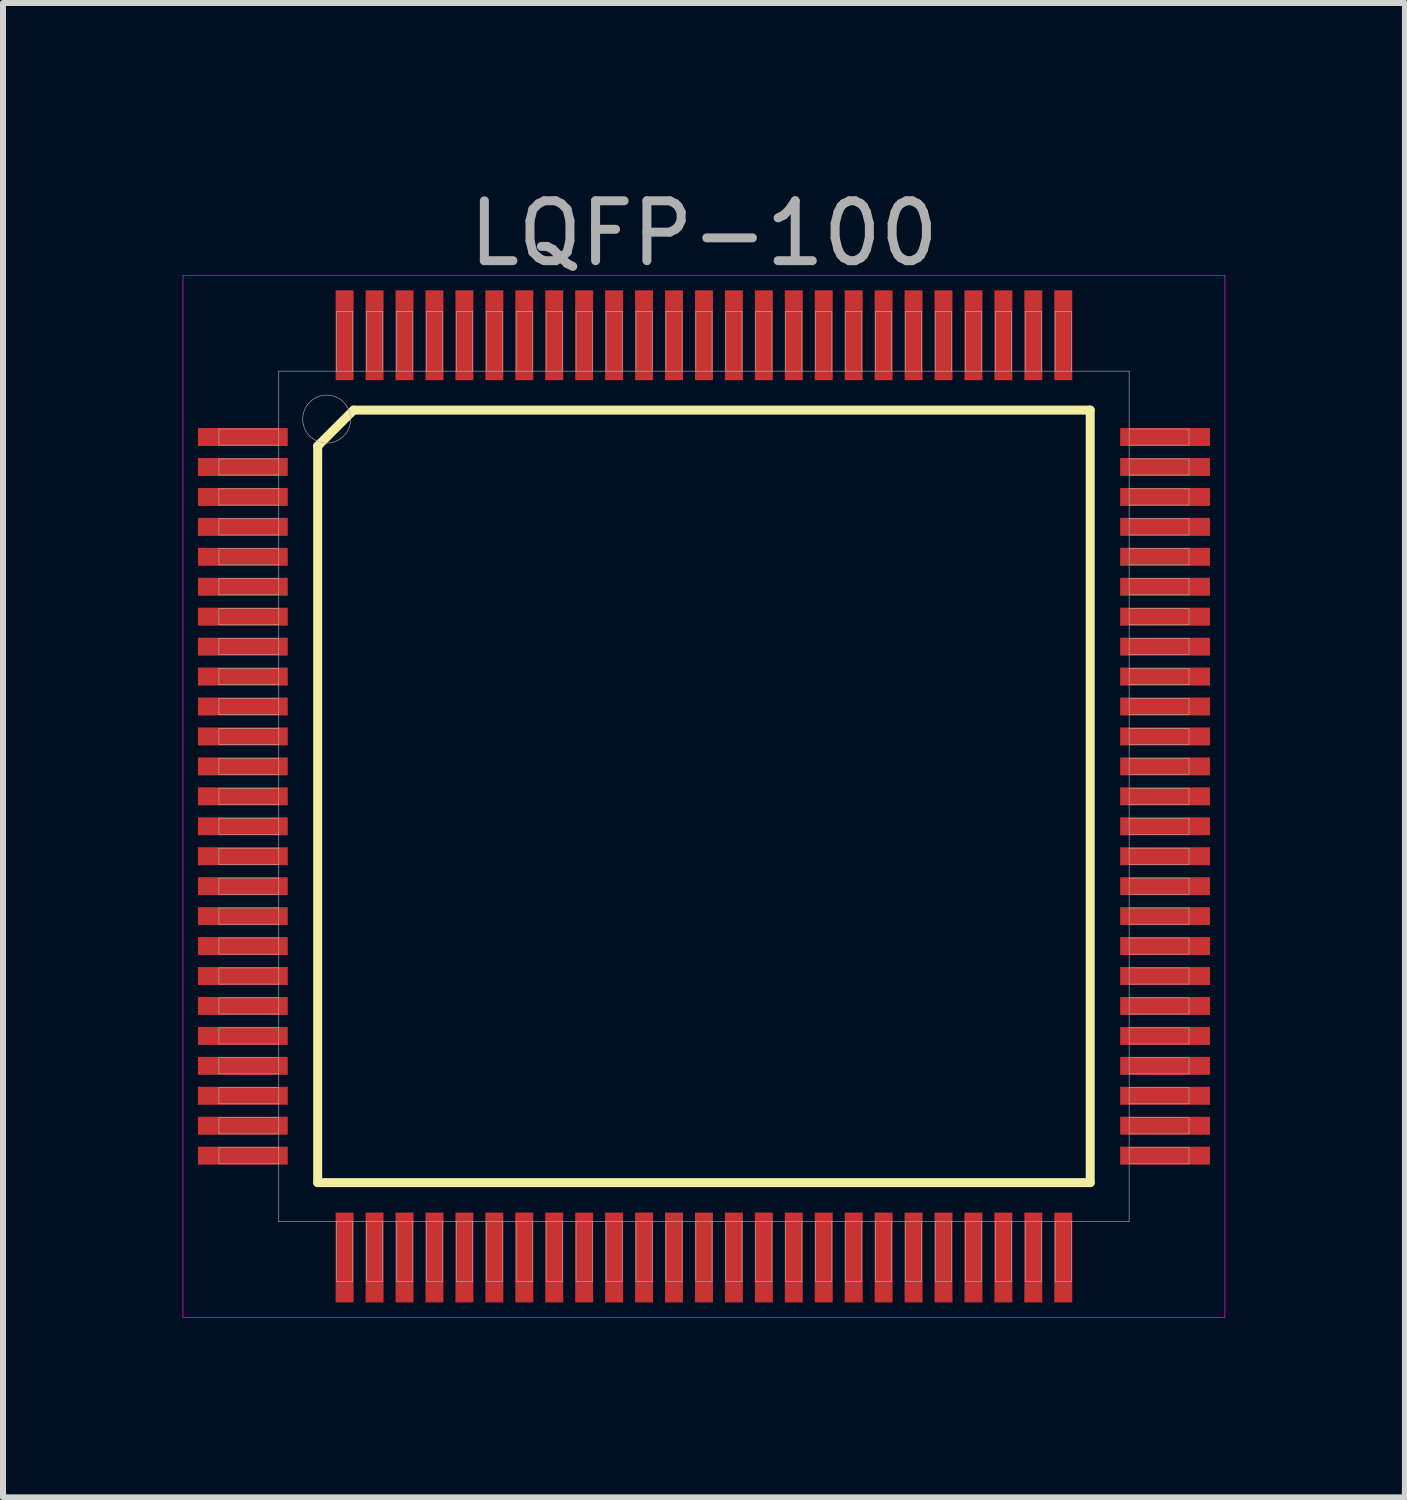
<source format=kicad_pcb>
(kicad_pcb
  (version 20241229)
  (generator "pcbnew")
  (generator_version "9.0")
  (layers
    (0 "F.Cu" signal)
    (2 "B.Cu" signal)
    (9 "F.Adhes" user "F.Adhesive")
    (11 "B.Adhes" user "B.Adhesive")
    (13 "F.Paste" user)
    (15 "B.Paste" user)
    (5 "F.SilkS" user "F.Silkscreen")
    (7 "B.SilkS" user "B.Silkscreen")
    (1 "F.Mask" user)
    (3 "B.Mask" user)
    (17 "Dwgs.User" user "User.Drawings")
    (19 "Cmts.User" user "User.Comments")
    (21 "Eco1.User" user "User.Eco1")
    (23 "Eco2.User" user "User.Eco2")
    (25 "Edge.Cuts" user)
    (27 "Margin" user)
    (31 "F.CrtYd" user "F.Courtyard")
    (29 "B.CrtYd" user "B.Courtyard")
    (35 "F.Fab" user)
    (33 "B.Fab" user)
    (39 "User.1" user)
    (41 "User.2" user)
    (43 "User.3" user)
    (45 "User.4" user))
  (footprint "LQFP-100"
    (layer "F.Cu")
    (at 8.705 10.248)
    (property "Reference" "LQFP-100" (at 0 -9.4 0) (layer "F.Fab") (effects (font (size 1 1) (thickness 0.15))))
    (attr through_hole)
    (fp_line (start -6.45 -5.85) (end -5.85 -6.45) (stroke (width 0.15) (type solid)) (layer "F.SilkS"))
    (fp_line (start -6.45 6.45) (end -6.45 -5.85) (stroke (width 0.15) (type solid)) (layer "F.SilkS"))
    (fp_line (start -5.85 -6.45) (end 6.45 -6.45) (stroke (width 0.15) (type solid)) (layer "F.SilkS"))
    (fp_line (start 6.45 -6.45) (end 6.45 6.45) (stroke (width 0.15) (type solid)) (layer "F.SilkS"))
    (fp_line (start 6.45 6.45) (end -6.45 6.45) (stroke (width 0.15) (type solid)) (layer "F.SilkS"))
    (fp_line (start -8.7 -8.7) (end 8.7 -8.7) (stroke (width 0.01) (type solid)) (layer "F.CrtYd"))
    (fp_line (start -8.7 8.7) (end -8.7 -8.7) (stroke (width 0.01) (type solid)) (layer "F.CrtYd"))
    (fp_line (start 8.7 -8.7) (end 8.7 8.7) (stroke (width 0.01) (type solid)) (layer "F.CrtYd"))
    (fp_line (start 8.7 8.7) (end -8.7 8.7) (stroke (width 0.01) (type solid)) (layer "F.CrtYd"))
    (fp_line (start -8.1 -6.135) (end -7.1 -6.135) (stroke (width 0.01) (type solid)) (layer "F.Fab"))
    (fp_line (start -8.1 -5.865) (end -8.1 -6.135) (stroke (width 0.01) (type solid)) (layer "F.Fab"))
    (fp_line (start -8.1 -5.635) (end -7.1 -5.635) (stroke (width 0.01) (type solid)) (layer "F.Fab"))
    (fp_line (start -8.1 -5.365) (end -8.1 -5.635) (stroke (width 0.01) (type solid)) (layer "F.Fab"))
    (fp_line (start -8.1 -5.135) (end -7.1 -5.135) (stroke (width 0.01) (type solid)) (layer "F.Fab"))
    (fp_line (start -8.1 -4.865) (end -8.1 -5.135) (stroke (width 0.01) (type solid)) (layer "F.Fab"))
    (fp_line (start -8.1 -4.635) (end -7.1 -4.635) (stroke (width 0.01) (type solid)) (layer "F.Fab"))
    (fp_line (start -8.1 -4.365) (end -8.1 -4.635) (stroke (width 0.01) (type solid)) (layer "F.Fab"))
    (fp_line (start -8.1 -4.135) (end -7.1 -4.135) (stroke (width 0.01) (type solid)) (layer "F.Fab"))
    (fp_line (start -8.1 -3.865) (end -8.1 -4.135) (stroke (width 0.01) (type solid)) (layer "F.Fab"))
    (fp_line (start -8.1 -3.635) (end -7.1 -3.635) (stroke (width 0.01) (type solid)) (layer "F.Fab"))
    (fp_line (start -8.1 -3.365) (end -8.1 -3.635) (stroke (width 0.01) (type solid)) (layer "F.Fab"))
    (fp_line (start -8.1 -3.135) (end -7.1 -3.135) (stroke (width 0.01) (type solid)) (layer "F.Fab"))
    (fp_line (start -8.1 -2.865) (end -8.1 -3.135) (stroke (width 0.01) (type solid)) (layer "F.Fab"))
    (fp_line (start -8.1 -2.635) (end -7.1 -2.635) (stroke (width 0.01) (type solid)) (layer "F.Fab"))
    (fp_line (start -8.1 -2.365) (end -8.1 -2.635) (stroke (width 0.01) (type solid)) (layer "F.Fab"))
    (fp_line (start -8.1 -2.135) (end -7.1 -2.135) (stroke (width 0.01) (type solid)) (layer "F.Fab"))
    (fp_line (start -8.1 -1.865) (end -8.1 -2.135) (stroke (width 0.01) (type solid)) (layer "F.Fab"))
    (fp_line (start -8.1 -1.635) (end -7.1 -1.635) (stroke (width 0.01) (type solid)) (layer "F.Fab"))
    (fp_line (start -8.1 -1.365) (end -8.1 -1.635) (stroke (width 0.01) (type solid)) (layer "F.Fab"))
    (fp_line (start -8.1 -1.135) (end -7.1 -1.135) (stroke (width 0.01) (type solid)) (layer "F.Fab"))
    (fp_line (start -8.1 -0.865) (end -8.1 -1.135) (stroke (width 0.01) (type solid)) (layer "F.Fab"))
    (fp_line (start -8.1 -0.635) (end -7.1 -0.635) (stroke (width 0.01) (type solid)) (layer "F.Fab"))
    (fp_line (start -8.1 -0.365) (end -8.1 -0.635) (stroke (width 0.01) (type solid)) (layer "F.Fab"))
    (fp_line (start -8.1 -0.135) (end -7.1 -0.135) (stroke (width 0.01) (type solid)) (layer "F.Fab"))
    (fp_line (start -8.1 0.135) (end -8.1 -0.135) (stroke (width 0.01) (type solid)) (layer "F.Fab"))
    (fp_line (start -8.1 0.365) (end -7.1 0.365) (stroke (width 0.01) (type solid)) (layer "F.Fab"))
    (fp_line (start -8.1 0.635) (end -8.1 0.365) (stroke (width 0.01) (type solid)) (layer "F.Fab"))
    (fp_line (start -8.1 0.865) (end -7.1 0.865) (stroke (width 0.01) (type solid)) (layer "F.Fab"))
    (fp_line (start -8.1 1.135) (end -8.1 0.865) (stroke (width 0.01) (type solid)) (layer "F.Fab"))
    (fp_line (start -8.1 1.365) (end -7.1 1.365) (stroke (width 0.01) (type solid)) (layer "F.Fab"))
    (fp_line (start -8.1 1.635) (end -8.1 1.365) (stroke (width 0.01) (type solid)) (layer "F.Fab"))
    (fp_line (start -8.1 1.865) (end -7.1 1.865) (stroke (width 0.01) (type solid)) (layer "F.Fab"))
    (fp_line (start -8.1 2.135) (end -8.1 1.865) (stroke (width 0.01) (type solid)) (layer "F.Fab"))
    (fp_line (start -8.1 2.365) (end -7.1 2.365) (stroke (width 0.01) (type solid)) (layer "F.Fab"))
    (fp_line (start -8.1 2.635) (end -8.1 2.365) (stroke (width 0.01) (type solid)) (layer "F.Fab"))
    (fp_line (start -8.1 2.865) (end -7.1 2.865) (stroke (width 0.01) (type solid)) (layer "F.Fab"))
    (fp_line (start -8.1 3.135) (end -8.1 2.865) (stroke (width 0.01) (type solid)) (layer "F.Fab"))
    (fp_line (start -8.1 3.365) (end -7.1 3.365) (stroke (width 0.01) (type solid)) (layer "F.Fab"))
    (fp_line (start -8.1 3.635) (end -8.1 3.365) (stroke (width 0.01) (type solid)) (layer "F.Fab"))
    (fp_line (start -8.1 3.865) (end -7.1 3.865) (stroke (width 0.01) (type solid)) (layer "F.Fab"))
    (fp_line (start -8.1 4.135) (end -8.1 3.865) (stroke (width 0.01) (type solid)) (layer "F.Fab"))
    (fp_line (start -8.1 4.365) (end -7.1 4.365) (stroke (width 0.01) (type solid)) (layer "F.Fab"))
    (fp_line (start -8.1 4.635) (end -8.1 4.365) (stroke (width 0.01) (type solid)) (layer "F.Fab"))
    (fp_line (start -8.1 4.865) (end -7.1 4.865) (stroke (width 0.01) (type solid)) (layer "F.Fab"))
    (fp_line (start -8.1 5.135) (end -8.1 4.865) (stroke (width 0.01) (type solid)) (layer "F.Fab"))
    (fp_line (start -8.1 5.365) (end -7.1 5.365) (stroke (width 0.01) (type solid)) (layer "F.Fab"))
    (fp_line (start -8.1 5.635) (end -8.1 5.365) (stroke (width 0.01) (type solid)) (layer "F.Fab"))
    (fp_line (start -8.1 5.865) (end -7.1 5.865) (stroke (width 0.01) (type solid)) (layer "F.Fab"))
    (fp_line (start -8.1 6.135) (end -8.1 5.865) (stroke (width 0.01) (type solid)) (layer "F.Fab"))
    (fp_line (start -7.1 -7.1) (end 7.1 -7.1) (stroke (width 0.01) (type solid)) (layer "F.Fab"))
    (fp_line (start -7.1 -5.865) (end -8.1 -5.865) (stroke (width 0.01) (type solid)) (layer "F.Fab"))
    (fp_line (start -7.1 -5.365) (end -8.1 -5.365) (stroke (width 0.01) (type solid)) (layer "F.Fab"))
    (fp_line (start -7.1 -4.865) (end -8.1 -4.865) (stroke (width 0.01) (type solid)) (layer "F.Fab"))
    (fp_line (start -7.1 -4.365) (end -8.1 -4.365) (stroke (width 0.01) (type solid)) (layer "F.Fab"))
    (fp_line (start -7.1 -3.865) (end -8.1 -3.865) (stroke (width 0.01) (type solid)) (layer "F.Fab"))
    (fp_line (start -7.1 -3.365) (end -8.1 -3.365) (stroke (width 0.01) (type solid)) (layer "F.Fab"))
    (fp_line (start -7.1 -2.865) (end -8.1 -2.865) (stroke (width 0.01) (type solid)) (layer "F.Fab"))
    (fp_line (start -7.1 -2.365) (end -8.1 -2.365) (stroke (width 0.01) (type solid)) (layer "F.Fab"))
    (fp_line (start -7.1 -1.865) (end -8.1 -1.865) (stroke (width 0.01) (type solid)) (layer "F.Fab"))
    (fp_line (start -7.1 -1.365) (end -8.1 -1.365) (stroke (width 0.01) (type solid)) (layer "F.Fab"))
    (fp_line (start -7.1 -0.865) (end -8.1 -0.865) (stroke (width 0.01) (type solid)) (layer "F.Fab"))
    (fp_line (start -7.1 -0.365) (end -8.1 -0.365) (stroke (width 0.01) (type solid)) (layer "F.Fab"))
    (fp_line (start -7.1 0.135) (end -8.1 0.135) (stroke (width 0.01) (type solid)) (layer "F.Fab"))
    (fp_line (start -7.1 0.635) (end -8.1 0.635) (stroke (width 0.01) (type solid)) (layer "F.Fab"))
    (fp_line (start -7.1 1.135) (end -8.1 1.135) (stroke (width 0.01) (type solid)) (layer "F.Fab"))
    (fp_line (start -7.1 1.635) (end -8.1 1.635) (stroke (width 0.01) (type solid)) (layer "F.Fab"))
    (fp_line (start -7.1 2.135) (end -8.1 2.135) (stroke (width 0.01) (type solid)) (layer "F.Fab"))
    (fp_line (start -7.1 2.635) (end -8.1 2.635) (stroke (width 0.01) (type solid)) (layer "F.Fab"))
    (fp_line (start -7.1 3.135) (end -8.1 3.135) (stroke (width 0.01) (type solid)) (layer "F.Fab"))
    (fp_line (start -7.1 3.635) (end -8.1 3.635) (stroke (width 0.01) (type solid)) (layer "F.Fab"))
    (fp_line (start -7.1 4.135) (end -8.1 4.135) (stroke (width 0.01) (type solid)) (layer "F.Fab"))
    (fp_line (start -7.1 4.635) (end -8.1 4.635) (stroke (width 0.01) (type solid)) (layer "F.Fab"))
    (fp_line (start -7.1 5.135) (end -8.1 5.135) (stroke (width 0.01) (type solid)) (layer "F.Fab"))
    (fp_line (start -7.1 5.635) (end -8.1 5.635) (stroke (width 0.01) (type solid)) (layer "F.Fab"))
    (fp_line (start -7.1 6.135) (end -8.1 6.135) (stroke (width 0.01) (type solid)) (layer "F.Fab"))
    (fp_line (start -7.1 7.1) (end -7.1 -7.1) (stroke (width 0.01) (type solid)) (layer "F.Fab"))
    (fp_line (start -6.135 -8.1) (end -5.865 -8.1) (stroke (width 0.01) (type solid)) (layer "F.Fab"))
    (fp_line (start -6.135 -7.1) (end -6.135 -8.1) (stroke (width 0.01) (type solid)) (layer "F.Fab"))
    (fp_line (start -6.135 8.1) (end -6.135 7.1) (stroke (width 0.01) (type solid)) (layer "F.Fab"))
    (fp_line (start -5.865 -8.1) (end -5.865 -7.1) (stroke (width 0.01) (type solid)) (layer "F.Fab"))
    (fp_line (start -5.865 7.1) (end -5.865 8.1) (stroke (width 0.01) (type solid)) (layer "F.Fab"))
    (fp_line (start -5.865 8.1) (end -6.135 8.1) (stroke (width 0.01) (type solid)) (layer "F.Fab"))
    (fp_line (start -5.635 -8.1) (end -5.365 -8.1) (stroke (width 0.01) (type solid)) (layer "F.Fab"))
    (fp_line (start -5.635 -7.1) (end -5.635 -8.1) (stroke (width 0.01) (type solid)) (layer "F.Fab"))
    (fp_line (start -5.635 8.1) (end -5.635 7.1) (stroke (width 0.01) (type solid)) (layer "F.Fab"))
    (fp_line (start -5.365 -8.1) (end -5.365 -7.1) (stroke (width 0.01) (type solid)) (layer "F.Fab"))
    (fp_line (start -5.365 7.1) (end -5.365 8.1) (stroke (width 0.01) (type solid)) (layer "F.Fab"))
    (fp_line (start -5.365 8.1) (end -5.635 8.1) (stroke (width 0.01) (type solid)) (layer "F.Fab"))
    (fp_line (start -5.135 -8.1) (end -4.865 -8.1) (stroke (width 0.01) (type solid)) (layer "F.Fab"))
    (fp_line (start -5.135 -7.1) (end -5.135 -8.1) (stroke (width 0.01) (type solid)) (layer "F.Fab"))
    (fp_line (start -5.135 8.1) (end -5.135 7.1) (stroke (width 0.01) (type solid)) (layer "F.Fab"))
    (fp_line (start -4.865 -8.1) (end -4.865 -7.1) (stroke (width 0.01) (type solid)) (layer "F.Fab"))
    (fp_line (start -4.865 7.1) (end -4.865 8.1) (stroke (width 0.01) (type solid)) (layer "F.Fab"))
    (fp_line (start -4.865 8.1) (end -5.135 8.1) (stroke (width 0.01) (type solid)) (layer "F.Fab"))
    (fp_line (start -4.635 -8.1) (end -4.365 -8.1) (stroke (width 0.01) (type solid)) (layer "F.Fab"))
    (fp_line (start -4.635 -7.1) (end -4.635 -8.1) (stroke (width 0.01) (type solid)) (layer "F.Fab"))
    (fp_line (start -4.635 8.1) (end -4.635 7.1) (stroke (width 0.01) (type solid)) (layer "F.Fab"))
    (fp_line (start -4.365 -8.1) (end -4.365 -7.1) (stroke (width 0.01) (type solid)) (layer "F.Fab"))
    (fp_line (start -4.365 7.1) (end -4.365 8.1) (stroke (width 0.01) (type solid)) (layer "F.Fab"))
    (fp_line (start -4.365 8.1) (end -4.635 8.1) (stroke (width 0.01) (type solid)) (layer "F.Fab"))
    (fp_line (start -4.135 -8.1) (end -3.865 -8.1) (stroke (width 0.01) (type solid)) (layer "F.Fab"))
    (fp_line (start -4.135 -7.1) (end -4.135 -8.1) (stroke (width 0.01) (type solid)) (layer "F.Fab"))
    (fp_line (start -4.135 8.1) (end -4.135 7.1) (stroke (width 0.01) (type solid)) (layer "F.Fab"))
    (fp_line (start -3.865 -8.1) (end -3.865 -7.1) (stroke (width 0.01) (type solid)) (layer "F.Fab"))
    (fp_line (start -3.865 7.1) (end -3.865 8.1) (stroke (width 0.01) (type solid)) (layer "F.Fab"))
    (fp_line (start -3.865 8.1) (end -4.135 8.1) (stroke (width 0.01) (type solid)) (layer "F.Fab"))
    (fp_line (start -3.635 -8.1) (end -3.365 -8.1) (stroke (width 0.01) (type solid)) (layer "F.Fab"))
    (fp_line (start -3.635 -7.1) (end -3.635 -8.1) (stroke (width 0.01) (type solid)) (layer "F.Fab"))
    (fp_line (start -3.635 8.1) (end -3.635 7.1) (stroke (width 0.01) (type solid)) (layer "F.Fab"))
    (fp_line (start -3.365 -8.1) (end -3.365 -7.1) (stroke (width 0.01) (type solid)) (layer "F.Fab"))
    (fp_line (start -3.365 7.1) (end -3.365 8.1) (stroke (width 0.01) (type solid)) (layer "F.Fab"))
    (fp_line (start -3.365 8.1) (end -3.635 8.1) (stroke (width 0.01) (type solid)) (layer "F.Fab"))
    (fp_line (start -3.135 -8.1) (end -2.865 -8.1) (stroke (width 0.01) (type solid)) (layer "F.Fab"))
    (fp_line (start -3.135 -7.1) (end -3.135 -8.1) (stroke (width 0.01) (type solid)) (layer "F.Fab"))
    (fp_line (start -3.135 8.1) (end -3.135 7.1) (stroke (width 0.01) (type solid)) (layer "F.Fab"))
    (fp_line (start -2.865 -8.1) (end -2.865 -7.1) (stroke (width 0.01) (type solid)) (layer "F.Fab"))
    (fp_line (start -2.865 7.1) (end -2.865 8.1) (stroke (width 0.01) (type solid)) (layer "F.Fab"))
    (fp_line (start -2.865 8.1) (end -3.135 8.1) (stroke (width 0.01) (type solid)) (layer "F.Fab"))
    (fp_line (start -2.635 -8.1) (end -2.365 -8.1) (stroke (width 0.01) (type solid)) (layer "F.Fab"))
    (fp_line (start -2.635 -7.1) (end -2.635 -8.1) (stroke (width 0.01) (type solid)) (layer "F.Fab"))
    (fp_line (start -2.635 8.1) (end -2.635 7.1) (stroke (width 0.01) (type solid)) (layer "F.Fab"))
    (fp_line (start -2.365 -8.1) (end -2.365 -7.1) (stroke (width 0.01) (type solid)) (layer "F.Fab"))
    (fp_line (start -2.365 7.1) (end -2.365 8.1) (stroke (width 0.01) (type solid)) (layer "F.Fab"))
    (fp_line (start -2.365 8.1) (end -2.635 8.1) (stroke (width 0.01) (type solid)) (layer "F.Fab"))
    (fp_line (start -2.135 -8.1) (end -1.865 -8.1) (stroke (width 0.01) (type solid)) (layer "F.Fab"))
    (fp_line (start -2.135 -7.1) (end -2.135 -8.1) (stroke (width 0.01) (type solid)) (layer "F.Fab"))
    (fp_line (start -2.135 8.1) (end -2.135 7.1) (stroke (width 0.01) (type solid)) (layer "F.Fab"))
    (fp_line (start -1.865 -8.1) (end -1.865 -7.1) (stroke (width 0.01) (type solid)) (layer "F.Fab"))
    (fp_line (start -1.865 7.1) (end -1.865 8.1) (stroke (width 0.01) (type solid)) (layer "F.Fab"))
    (fp_line (start -1.865 8.1) (end -2.135 8.1) (stroke (width 0.01) (type solid)) (layer "F.Fab"))
    (fp_line (start -1.635 -8.1) (end -1.365 -8.1) (stroke (width 0.01) (type solid)) (layer "F.Fab"))
    (fp_line (start -1.635 -7.1) (end -1.635 -8.1) (stroke (width 0.01) (type solid)) (layer "F.Fab"))
    (fp_line (start -1.635 8.1) (end -1.635 7.1) (stroke (width 0.01) (type solid)) (layer "F.Fab"))
    (fp_line (start -1.365 -8.1) (end -1.365 -7.1) (stroke (width 0.01) (type solid)) (layer "F.Fab"))
    (fp_line (start -1.365 7.1) (end -1.365 8.1) (stroke (width 0.01) (type solid)) (layer "F.Fab"))
    (fp_line (start -1.365 8.1) (end -1.635 8.1) (stroke (width 0.01) (type solid)) (layer "F.Fab"))
    (fp_line (start -1.135 -8.1) (end -0.865 -8.1) (stroke (width 0.01) (type solid)) (layer "F.Fab"))
    (fp_line (start -1.135 -7.1) (end -1.135 -8.1) (stroke (width 0.01) (type solid)) (layer "F.Fab"))
    (fp_line (start -1.135 8.1) (end -1.135 7.1) (stroke (width 0.01) (type solid)) (layer "F.Fab"))
    (fp_line (start -0.865 -8.1) (end -0.865 -7.1) (stroke (width 0.01) (type solid)) (layer "F.Fab"))
    (fp_line (start -0.865 7.1) (end -0.865 8.1) (stroke (width 0.01) (type solid)) (layer "F.Fab"))
    (fp_line (start -0.865 8.1) (end -1.135 8.1) (stroke (width 0.01) (type solid)) (layer "F.Fab"))
    (fp_line (start -0.635 -8.1) (end -0.365 -8.1) (stroke (width 0.01) (type solid)) (layer "F.Fab"))
    (fp_line (start -0.635 -7.1) (end -0.635 -8.1) (stroke (width 0.01) (type solid)) (layer "F.Fab"))
    (fp_line (start -0.635 8.1) (end -0.635 7.1) (stroke (width 0.01) (type solid)) (layer "F.Fab"))
    (fp_line (start -0.365 -8.1) (end -0.365 -7.1) (stroke (width 0.01) (type solid)) (layer "F.Fab"))
    (fp_line (start -0.365 7.1) (end -0.365 8.1) (stroke (width 0.01) (type solid)) (layer "F.Fab"))
    (fp_line (start -0.365 8.1) (end -0.635 8.1) (stroke (width 0.01) (type solid)) (layer "F.Fab"))
    (fp_line (start -0.135 -8.1) (end 0.135 -8.1) (stroke (width 0.01) (type solid)) (layer "F.Fab"))
    (fp_line (start -0.135 -7.1) (end -0.135 -8.1) (stroke (width 0.01) (type solid)) (layer "F.Fab"))
    (fp_line (start -0.135 8.1) (end -0.135 7.1) (stroke (width 0.01) (type solid)) (layer "F.Fab"))
    (fp_line (start 0.135 -8.1) (end 0.135 -7.1) (stroke (width 0.01) (type solid)) (layer "F.Fab"))
    (fp_line (start 0.135 7.1) (end 0.135 8.1) (stroke (width 0.01) (type solid)) (layer "F.Fab"))
    (fp_line (start 0.135 8.1) (end -0.135 8.1) (stroke (width 0.01) (type solid)) (layer "F.Fab"))
    (fp_line (start 0.365 -8.1) (end 0.635 -8.1) (stroke (width 0.01) (type solid)) (layer "F.Fab"))
    (fp_line (start 0.365 -7.1) (end 0.365 -8.1) (stroke (width 0.01) (type solid)) (layer "F.Fab"))
    (fp_line (start 0.365 8.1) (end 0.365 7.1) (stroke (width 0.01) (type solid)) (layer "F.Fab"))
    (fp_line (start 0.635 -8.1) (end 0.635 -7.1) (stroke (width 0.01) (type solid)) (layer "F.Fab"))
    (fp_line (start 0.635 7.1) (end 0.635 8.1) (stroke (width 0.01) (type solid)) (layer "F.Fab"))
    (fp_line (start 0.635 8.1) (end 0.365 8.1) (stroke (width 0.01) (type solid)) (layer "F.Fab"))
    (fp_line (start 0.865 -8.1) (end 1.135 -8.1) (stroke (width 0.01) (type solid)) (layer "F.Fab"))
    (fp_line (start 0.865 -7.1) (end 0.865 -8.1) (stroke (width 0.01) (type solid)) (layer "F.Fab"))
    (fp_line (start 0.865 8.1) (end 0.865 7.1) (stroke (width 0.01) (type solid)) (layer "F.Fab"))
    (fp_line (start 1.135 -8.1) (end 1.135 -7.1) (stroke (width 0.01) (type solid)) (layer "F.Fab"))
    (fp_line (start 1.135 7.1) (end 1.135 8.1) (stroke (width 0.01) (type solid)) (layer "F.Fab"))
    (fp_line (start 1.135 8.1) (end 0.865 8.1) (stroke (width 0.01) (type solid)) (layer "F.Fab"))
    (fp_line (start 1.365 -8.1) (end 1.635 -8.1) (stroke (width 0.01) (type solid)) (layer "F.Fab"))
    (fp_line (start 1.365 -7.1) (end 1.365 -8.1) (stroke (width 0.01) (type solid)) (layer "F.Fab"))
    (fp_line (start 1.365 8.1) (end 1.365 7.1) (stroke (width 0.01) (type solid)) (layer "F.Fab"))
    (fp_line (start 1.635 -8.1) (end 1.635 -7.1) (stroke (width 0.01) (type solid)) (layer "F.Fab"))
    (fp_line (start 1.635 7.1) (end 1.635 8.1) (stroke (width 0.01) (type solid)) (layer "F.Fab"))
    (fp_line (start 1.635 8.1) (end 1.365 8.1) (stroke (width 0.01) (type solid)) (layer "F.Fab"))
    (fp_line (start 1.865 -8.1) (end 2.135 -8.1) (stroke (width 0.01) (type solid)) (layer "F.Fab"))
    (fp_line (start 1.865 -7.1) (end 1.865 -8.1) (stroke (width 0.01) (type solid)) (layer "F.Fab"))
    (fp_line (start 1.865 8.1) (end 1.865 7.1) (stroke (width 0.01) (type solid)) (layer "F.Fab"))
    (fp_line (start 2.135 -8.1) (end 2.135 -7.1) (stroke (width 0.01) (type solid)) (layer "F.Fab"))
    (fp_line (start 2.135 7.1) (end 2.135 8.1) (stroke (width 0.01) (type solid)) (layer "F.Fab"))
    (fp_line (start 2.135 8.1) (end 1.865 8.1) (stroke (width 0.01) (type solid)) (layer "F.Fab"))
    (fp_line (start 2.365 -8.1) (end 2.635 -8.1) (stroke (width 0.01) (type solid)) (layer "F.Fab"))
    (fp_line (start 2.365 -7.1) (end 2.365 -8.1) (stroke (width 0.01) (type solid)) (layer "F.Fab"))
    (fp_line (start 2.365 8.1) (end 2.365 7.1) (stroke (width 0.01) (type solid)) (layer "F.Fab"))
    (fp_line (start 2.635 -8.1) (end 2.635 -7.1) (stroke (width 0.01) (type solid)) (layer "F.Fab"))
    (fp_line (start 2.635 7.1) (end 2.635 8.1) (stroke (width 0.01) (type solid)) (layer "F.Fab"))
    (fp_line (start 2.635 8.1) (end 2.365 8.1) (stroke (width 0.01) (type solid)) (layer "F.Fab"))
    (fp_line (start 2.865 -8.1) (end 3.135 -8.1) (stroke (width 0.01) (type solid)) (layer "F.Fab"))
    (fp_line (start 2.865 -7.1) (end 2.865 -8.1) (stroke (width 0.01) (type solid)) (layer "F.Fab"))
    (fp_line (start 2.865 8.1) (end 2.865 7.1) (stroke (width 0.01) (type solid)) (layer "F.Fab"))
    (fp_line (start 3.135 -8.1) (end 3.135 -7.1) (stroke (width 0.01) (type solid)) (layer "F.Fab"))
    (fp_line (start 3.135 7.1) (end 3.135 8.1) (stroke (width 0.01) (type solid)) (layer "F.Fab"))
    (fp_line (start 3.135 8.1) (end 2.865 8.1) (stroke (width 0.01) (type solid)) (layer "F.Fab"))
    (fp_line (start 3.365 -8.1) (end 3.635 -8.1) (stroke (width 0.01) (type solid)) (layer "F.Fab"))
    (fp_line (start 3.365 -7.1) (end 3.365 -8.1) (stroke (width 0.01) (type solid)) (layer "F.Fab"))
    (fp_line (start 3.365 8.1) (end 3.365 7.1) (stroke (width 0.01) (type solid)) (layer "F.Fab"))
    (fp_line (start 3.635 -8.1) (end 3.635 -7.1) (stroke (width 0.01) (type solid)) (layer "F.Fab"))
    (fp_line (start 3.635 7.1) (end 3.635 8.1) (stroke (width 0.01) (type solid)) (layer "F.Fab"))
    (fp_line (start 3.635 8.1) (end 3.365 8.1) (stroke (width 0.01) (type solid)) (layer "F.Fab"))
    (fp_line (start 3.865 -8.1) (end 4.135 -8.1) (stroke (width 0.01) (type solid)) (layer "F.Fab"))
    (fp_line (start 3.865 -7.1) (end 3.865 -8.1) (stroke (width 0.01) (type solid)) (layer "F.Fab"))
    (fp_line (start 3.865 8.1) (end 3.865 7.1) (stroke (width 0.01) (type solid)) (layer "F.Fab"))
    (fp_line (start 4.135 -8.1) (end 4.135 -7.1) (stroke (width 0.01) (type solid)) (layer "F.Fab"))
    (fp_line (start 4.135 7.1) (end 4.135 8.1) (stroke (width 0.01) (type solid)) (layer "F.Fab"))
    (fp_line (start 4.135 8.1) (end 3.865 8.1) (stroke (width 0.01) (type solid)) (layer "F.Fab"))
    (fp_line (start 4.365 -8.1) (end 4.635 -8.1) (stroke (width 0.01) (type solid)) (layer "F.Fab"))
    (fp_line (start 4.365 -7.1) (end 4.365 -8.1) (stroke (width 0.01) (type solid)) (layer "F.Fab"))
    (fp_line (start 4.365 8.1) (end 4.365 7.1) (stroke (width 0.01) (type solid)) (layer "F.Fab"))
    (fp_line (start 4.635 -8.1) (end 4.635 -7.1) (stroke (width 0.01) (type solid)) (layer "F.Fab"))
    (fp_line (start 4.635 7.1) (end 4.635 8.1) (stroke (width 0.01) (type solid)) (layer "F.Fab"))
    (fp_line (start 4.635 8.1) (end 4.365 8.1) (stroke (width 0.01) (type solid)) (layer "F.Fab"))
    (fp_line (start 4.865 -8.1) (end 5.135 -8.1) (stroke (width 0.01) (type solid)) (layer "F.Fab"))
    (fp_line (start 4.865 -7.1) (end 4.865 -8.1) (stroke (width 0.01) (type solid)) (layer "F.Fab"))
    (fp_line (start 4.865 8.1) (end 4.865 7.1) (stroke (width 0.01) (type solid)) (layer "F.Fab"))
    (fp_line (start 5.135 -8.1) (end 5.135 -7.1) (stroke (width 0.01) (type solid)) (layer "F.Fab"))
    (fp_line (start 5.135 7.1) (end 5.135 8.1) (stroke (width 0.01) (type solid)) (layer "F.Fab"))
    (fp_line (start 5.135 8.1) (end 4.865 8.1) (stroke (width 0.01) (type solid)) (layer "F.Fab"))
    (fp_line (start 5.365 -8.1) (end 5.635 -8.1) (stroke (width 0.01) (type solid)) (layer "F.Fab"))
    (fp_line (start 5.365 -7.1) (end 5.365 -8.1) (stroke (width 0.01) (type solid)) (layer "F.Fab"))
    (fp_line (start 5.365 8.1) (end 5.365 7.1) (stroke (width 0.01) (type solid)) (layer "F.Fab"))
    (fp_line (start 5.635 -8.1) (end 5.635 -7.1) (stroke (width 0.01) (type solid)) (layer "F.Fab"))
    (fp_line (start 5.635 7.1) (end 5.635 8.1) (stroke (width 0.01) (type solid)) (layer "F.Fab"))
    (fp_line (start 5.635 8.1) (end 5.365 8.1) (stroke (width 0.01) (type solid)) (layer "F.Fab"))
    (fp_line (start 5.865 -8.1) (end 6.135 -8.1) (stroke (width 0.01) (type solid)) (layer "F.Fab"))
    (fp_line (start 5.865 -7.1) (end 5.865 -8.1) (stroke (width 0.01) (type solid)) (layer "F.Fab"))
    (fp_line (start 5.865 8.1) (end 5.865 7.1) (stroke (width 0.01) (type solid)) (layer "F.Fab"))
    (fp_line (start 6.135 -8.1) (end 6.135 -7.1) (stroke (width 0.01) (type solid)) (layer "F.Fab"))
    (fp_line (start 6.135 7.1) (end 6.135 8.1) (stroke (width 0.01) (type solid)) (layer "F.Fab"))
    (fp_line (start 6.135 8.1) (end 5.865 8.1) (stroke (width 0.01) (type solid)) (layer "F.Fab"))
    (fp_line (start 7.1 -7.1) (end 7.1 7.1) (stroke (width 0.01) (type solid)) (layer "F.Fab"))
    (fp_line (start 7.1 -6.135) (end 8.1 -6.135) (stroke (width 0.01) (type solid)) (layer "F.Fab"))
    (fp_line (start 7.1 -5.635) (end 8.1 -5.635) (stroke (width 0.01) (type solid)) (layer "F.Fab"))
    (fp_line (start 7.1 -5.135) (end 8.1 -5.135) (stroke (width 0.01) (type solid)) (layer "F.Fab"))
    (fp_line (start 7.1 -4.635) (end 8.1 -4.635) (stroke (width 0.01) (type solid)) (layer "F.Fab"))
    (fp_line (start 7.1 -4.135) (end 8.1 -4.135) (stroke (width 0.01) (type solid)) (layer "F.Fab"))
    (fp_line (start 7.1 -3.635) (end 8.1 -3.635) (stroke (width 0.01) (type solid)) (layer "F.Fab"))
    (fp_line (start 7.1 -3.135) (end 8.1 -3.135) (stroke (width 0.01) (type solid)) (layer "F.Fab"))
    (fp_line (start 7.1 -2.635) (end 8.1 -2.635) (stroke (width 0.01) (type solid)) (layer "F.Fab"))
    (fp_line (start 7.1 -2.135) (end 8.1 -2.135) (stroke (width 0.01) (type solid)) (layer "F.Fab"))
    (fp_line (start 7.1 -1.635) (end 8.1 -1.635) (stroke (width 0.01) (type solid)) (layer "F.Fab"))
    (fp_line (start 7.1 -1.135) (end 8.1 -1.135) (stroke (width 0.01) (type solid)) (layer "F.Fab"))
    (fp_line (start 7.1 -0.635) (end 8.1 -0.635) (stroke (width 0.01) (type solid)) (layer "F.Fab"))
    (fp_line (start 7.1 -0.135) (end 8.1 -0.135) (stroke (width 0.01) (type solid)) (layer "F.Fab"))
    (fp_line (start 7.1 0.365) (end 8.1 0.365) (stroke (width 0.01) (type solid)) (layer "F.Fab"))
    (fp_line (start 7.1 0.865) (end 8.1 0.865) (stroke (width 0.01) (type solid)) (layer "F.Fab"))
    (fp_line (start 7.1 1.365) (end 8.1 1.365) (stroke (width 0.01) (type solid)) (layer "F.Fab"))
    (fp_line (start 7.1 1.865) (end 8.1 1.865) (stroke (width 0.01) (type solid)) (layer "F.Fab"))
    (fp_line (start 7.1 2.365) (end 8.1 2.365) (stroke (width 0.01) (type solid)) (layer "F.Fab"))
    (fp_line (start 7.1 2.865) (end 8.1 2.865) (stroke (width 0.01) (type solid)) (layer "F.Fab"))
    (fp_line (start 7.1 3.365) (end 8.1 3.365) (stroke (width 0.01) (type solid)) (layer "F.Fab"))
    (fp_line (start 7.1 3.865) (end 8.1 3.865) (stroke (width 0.01) (type solid)) (layer "F.Fab"))
    (fp_line (start 7.1 4.365) (end 8.1 4.365) (stroke (width 0.01) (type solid)) (layer "F.Fab"))
    (fp_line (start 7.1 4.865) (end 8.1 4.865) (stroke (width 0.01) (type solid)) (layer "F.Fab"))
    (fp_line (start 7.1 5.365) (end 8.1 5.365) (stroke (width 0.01) (type solid)) (layer "F.Fab"))
    (fp_line (start 7.1 5.865) (end 8.1 5.865) (stroke (width 0.01) (type solid)) (layer "F.Fab"))
    (fp_line (start 7.1 7.1) (end -7.1 7.1) (stroke (width 0.01) (type solid)) (layer "F.Fab"))
    (fp_line (start 8.1 -6.135) (end 8.1 -5.865) (stroke (width 0.01) (type solid)) (layer "F.Fab"))
    (fp_line (start 8.1 -5.865) (end 7.1 -5.865) (stroke (width 0.01) (type solid)) (layer "F.Fab"))
    (fp_line (start 8.1 -5.635) (end 8.1 -5.365) (stroke (width 0.01) (type solid)) (layer "F.Fab"))
    (fp_line (start 8.1 -5.365) (end 7.1 -5.365) (stroke (width 0.01) (type solid)) (layer "F.Fab"))
    (fp_line (start 8.1 -5.135) (end 8.1 -4.865) (stroke (width 0.01) (type solid)) (layer "F.Fab"))
    (fp_line (start 8.1 -4.865) (end 7.1 -4.865) (stroke (width 0.01) (type solid)) (layer "F.Fab"))
    (fp_line (start 8.1 -4.635) (end 8.1 -4.365) (stroke (width 0.01) (type solid)) (layer "F.Fab"))
    (fp_line (start 8.1 -4.365) (end 7.1 -4.365) (stroke (width 0.01) (type solid)) (layer "F.Fab"))
    (fp_line (start 8.1 -4.135) (end 8.1 -3.865) (stroke (width 0.01) (type solid)) (layer "F.Fab"))
    (fp_line (start 8.1 -3.865) (end 7.1 -3.865) (stroke (width 0.01) (type solid)) (layer "F.Fab"))
    (fp_line (start 8.1 -3.635) (end 8.1 -3.365) (stroke (width 0.01) (type solid)) (layer "F.Fab"))
    (fp_line (start 8.1 -3.365) (end 7.1 -3.365) (stroke (width 0.01) (type solid)) (layer "F.Fab"))
    (fp_line (start 8.1 -3.135) (end 8.1 -2.865) (stroke (width 0.01) (type solid)) (layer "F.Fab"))
    (fp_line (start 8.1 -2.865) (end 7.1 -2.865) (stroke (width 0.01) (type solid)) (layer "F.Fab"))
    (fp_line (start 8.1 -2.635) (end 8.1 -2.365) (stroke (width 0.01) (type solid)) (layer "F.Fab"))
    (fp_line (start 8.1 -2.365) (end 7.1 -2.365) (stroke (width 0.01) (type solid)) (layer "F.Fab"))
    (fp_line (start 8.1 -2.135) (end 8.1 -1.865) (stroke (width 0.01) (type solid)) (layer "F.Fab"))
    (fp_line (start 8.1 -1.865) (end 7.1 -1.865) (stroke (width 0.01) (type solid)) (layer "F.Fab"))
    (fp_line (start 8.1 -1.635) (end 8.1 -1.365) (stroke (width 0.01) (type solid)) (layer "F.Fab"))
    (fp_line (start 8.1 -1.365) (end 7.1 -1.365) (stroke (width 0.01) (type solid)) (layer "F.Fab"))
    (fp_line (start 8.1 -1.135) (end 8.1 -0.865) (stroke (width 0.01) (type solid)) (layer "F.Fab"))
    (fp_line (start 8.1 -0.865) (end 7.1 -0.865) (stroke (width 0.01) (type solid)) (layer "F.Fab"))
    (fp_line (start 8.1 -0.635) (end 8.1 -0.365) (stroke (width 0.01) (type solid)) (layer "F.Fab"))
    (fp_line (start 8.1 -0.365) (end 7.1 -0.365) (stroke (width 0.01) (type solid)) (layer "F.Fab"))
    (fp_line (start 8.1 -0.135) (end 8.1 0.135) (stroke (width 0.01) (type solid)) (layer "F.Fab"))
    (fp_line (start 8.1 0.135) (end 7.1 0.135) (stroke (width 0.01) (type solid)) (layer "F.Fab"))
    (fp_line (start 8.1 0.365) (end 8.1 0.635) (stroke (width 0.01) (type solid)) (layer "F.Fab"))
    (fp_line (start 8.1 0.635) (end 7.1 0.635) (stroke (width 0.01) (type solid)) (layer "F.Fab"))
    (fp_line (start 8.1 0.865) (end 8.1 1.135) (stroke (width 0.01) (type solid)) (layer "F.Fab"))
    (fp_line (start 8.1 1.135) (end 7.1 1.135) (stroke (width 0.01) (type solid)) (layer "F.Fab"))
    (fp_line (start 8.1 1.365) (end 8.1 1.635) (stroke (width 0.01) (type solid)) (layer "F.Fab"))
    (fp_line (start 8.1 1.635) (end 7.1 1.635) (stroke (width 0.01) (type solid)) (layer "F.Fab"))
    (fp_line (start 8.1 1.865) (end 8.1 2.135) (stroke (width 0.01) (type solid)) (layer "F.Fab"))
    (fp_line (start 8.1 2.135) (end 7.1 2.135) (stroke (width 0.01) (type solid)) (layer "F.Fab"))
    (fp_line (start 8.1 2.365) (end 8.1 2.635) (stroke (width 0.01) (type solid)) (layer "F.Fab"))
    (fp_line (start 8.1 2.635) (end 7.1 2.635) (stroke (width 0.01) (type solid)) (layer "F.Fab"))
    (fp_line (start 8.1 2.865) (end 8.1 3.135) (stroke (width 0.01) (type solid)) (layer "F.Fab"))
    (fp_line (start 8.1 3.135) (end 7.1 3.135) (stroke (width 0.01) (type solid)) (layer "F.Fab"))
    (fp_line (start 8.1 3.365) (end 8.1 3.635) (stroke (width 0.01) (type solid)) (layer "F.Fab"))
    (fp_line (start 8.1 3.635) (end 7.1 3.635) (stroke (width 0.01) (type solid)) (layer "F.Fab"))
    (fp_line (start 8.1 3.865) (end 8.1 4.135) (stroke (width 0.01) (type solid)) (layer "F.Fab"))
    (fp_line (start 8.1 4.135) (end 7.1 4.135) (stroke (width 0.01) (type solid)) (layer "F.Fab"))
    (fp_line (start 8.1 4.365) (end 8.1 4.635) (stroke (width 0.01) (type solid)) (layer "F.Fab"))
    (fp_line (start 8.1 4.635) (end 7.1 4.635) (stroke (width 0.01) (type solid)) (layer "F.Fab"))
    (fp_line (start 8.1 4.865) (end 8.1 5.135) (stroke (width 0.01) (type solid)) (layer "F.Fab"))
    (fp_line (start 8.1 5.135) (end 7.1 5.135) (stroke (width 0.01) (type solid)) (layer "F.Fab"))
    (fp_line (start 8.1 5.365) (end 8.1 5.635) (stroke (width 0.01) (type solid)) (layer "F.Fab"))
    (fp_line (start 8.1 5.635) (end 7.1 5.635) (stroke (width 0.01) (type solid)) (layer "F.Fab"))
    (fp_line (start 8.1 5.865) (end 8.1 6.135) (stroke (width 0.01) (type solid)) (layer "F.Fab"))
    (fp_line (start 8.1 6.135) (end 7.1 6.135) (stroke (width 0.01) (type solid)) (layer "F.Fab"))
    (fp_circle (center -6.3 -6.3) (end -6.3 -5.9) (stroke (width 0.01) (type solid)) (fill no) (layer "F.Fab"))
    (pad "1" smd rect (at -7.7 -6) (size 1.5 0.3) (layers "F.Cu" "F.Mask" "F.Paste"))
    (pad "2" smd rect (at -7.7 -5.5) (size 1.5 0.3) (layers "F.Cu" "F.Mask" "F.Paste"))
    (pad "3" smd rect (at -7.7 -5) (size 1.5 0.3) (layers "F.Cu" "F.Mask" "F.Paste"))
    (pad "4" smd rect (at -7.7 -4.5) (size 1.5 0.3) (layers "F.Cu" "F.Mask" "F.Paste"))
    (pad "5" smd rect (at -7.7 -4) (size 1.5 0.3) (layers "F.Cu" "F.Mask" "F.Paste"))
    (pad "6" smd rect (at -7.7 -3.5) (size 1.5 0.3) (layers "F.Cu" "F.Mask" "F.Paste"))
    (pad "7" smd rect (at -7.7 -3) (size 1.5 0.3) (layers "F.Cu" "F.Mask" "F.Paste"))
    (pad "8" smd rect (at -7.7 -2.5) (size 1.5 0.3) (layers "F.Cu" "F.Mask" "F.Paste"))
    (pad "9" smd rect (at -7.7 -2) (size 1.5 0.3) (layers "F.Cu" "F.Mask" "F.Paste"))
    (pad "10" smd rect (at -7.7 -1.5) (size 1.5 0.3) (layers "F.Cu" "F.Mask" "F.Paste"))
    (pad "11" smd rect (at -7.7 -1) (size 1.5 0.3) (layers "F.Cu" "F.Mask" "F.Paste"))
    (pad "12" smd rect (at -7.7 -0.5) (size 1.5 0.3) (layers "F.Cu" "F.Mask" "F.Paste"))
    (pad "13" smd rect (at -7.7 0) (size 1.5 0.3) (layers "F.Cu" "F.Mask" "F.Paste"))
    (pad "14" smd rect (at -7.7 0.5) (size 1.5 0.3) (layers "F.Cu" "F.Mask" "F.Paste"))
    (pad "15" smd rect (at -7.7 1) (size 1.5 0.3) (layers "F.Cu" "F.Mask" "F.Paste"))
    (pad "16" smd rect (at -7.7 1.5) (size 1.5 0.3) (layers "F.Cu" "F.Mask" "F.Paste"))
    (pad "17" smd rect (at -7.7 2) (size 1.5 0.3) (layers "F.Cu" "F.Mask" "F.Paste"))
    (pad "18" smd rect (at -7.7 2.5) (size 1.5 0.3) (layers "F.Cu" "F.Mask" "F.Paste"))
    (pad "19" smd rect (at -7.7 3) (size 1.5 0.3) (layers "F.Cu" "F.Mask" "F.Paste"))
    (pad "20" smd rect (at -7.7 3.5) (size 1.5 0.3) (layers "F.Cu" "F.Mask" "F.Paste"))
    (pad "21" smd rect (at -7.7 4) (size 1.5 0.3) (layers "F.Cu" "F.Mask" "F.Paste"))
    (pad "22" smd rect (at -7.7 4.5) (size 1.5 0.3) (layers "F.Cu" "F.Mask" "F.Paste"))
    (pad "23" smd rect (at -7.7 5) (size 1.5 0.3) (layers "F.Cu" "F.Mask" "F.Paste"))
    (pad "24" smd rect (at -7.7 5.5) (size 1.5 0.3) (layers "F.Cu" "F.Mask" "F.Paste"))
    (pad "25" smd rect (at -7.7 6) (size 1.5 0.3) (layers "F.Cu" "F.Mask" "F.Paste"))
    (pad "26" smd rect (at -6 7.7) (size 0.3 1.5) (layers "F.Cu" "F.Mask" "F.Paste"))
    (pad "27" smd rect (at -5.5 7.7) (size 0.3 1.5) (layers "F.Cu" "F.Mask" "F.Paste"))
    (pad "28" smd rect (at -5 7.7) (size 0.3 1.5) (layers "F.Cu" "F.Mask" "F.Paste"))
    (pad "29" smd rect (at -4.5 7.7) (size 0.3 1.5) (layers "F.Cu" "F.Mask" "F.Paste"))
    (pad "30" smd rect (at -4 7.7) (size 0.3 1.5) (layers "F.Cu" "F.Mask" "F.Paste"))
    (pad "31" smd rect (at -3.5 7.7) (size 0.3 1.5) (layers "F.Cu" "F.Mask" "F.Paste"))
    (pad "32" smd rect (at -3 7.7) (size 0.3 1.5) (layers "F.Cu" "F.Mask" "F.Paste"))
    (pad "33" smd rect (at -2.5 7.7) (size 0.3 1.5) (layers "F.Cu" "F.Mask" "F.Paste"))
    (pad "34" smd rect (at -2 7.7) (size 0.3 1.5) (layers "F.Cu" "F.Mask" "F.Paste"))
    (pad "35" smd rect (at -1.5 7.7) (size 0.3 1.5) (layers "F.Cu" "F.Mask" "F.Paste"))
    (pad "36" smd rect (at -1 7.7) (size 0.3 1.5) (layers "F.Cu" "F.Mask" "F.Paste"))
    (pad "37" smd rect (at -0.5 7.7) (size 0.3 1.5) (layers "F.Cu" "F.Mask" "F.Paste"))
    (pad "38" smd rect (at 0 7.7) (size 0.3 1.5) (layers "F.Cu" "F.Mask" "F.Paste"))
    (pad "39" smd rect (at 0.5 7.7) (size 0.3 1.5) (layers "F.Cu" "F.Mask" "F.Paste"))
    (pad "40" smd rect (at 1 7.7) (size 0.3 1.5) (layers "F.Cu" "F.Mask" "F.Paste"))
    (pad "41" smd rect (at 1.5 7.7) (size 0.3 1.5) (layers "F.Cu" "F.Mask" "F.Paste"))
    (pad "42" smd rect (at 2 7.7) (size 0.3 1.5) (layers "F.Cu" "F.Mask" "F.Paste"))
    (pad "43" smd rect (at 2.5 7.7) (size 0.3 1.5) (layers "F.Cu" "F.Mask" "F.Paste"))
    (pad "44" smd rect (at 3 7.7) (size 0.3 1.5) (layers "F.Cu" "F.Mask" "F.Paste"))
    (pad "45" smd rect (at 3.5 7.7) (size 0.3 1.5) (layers "F.Cu" "F.Mask" "F.Paste"))
    (pad "46" smd rect (at 4 7.7) (size 0.3 1.5) (layers "F.Cu" "F.Mask" "F.Paste"))
    (pad "47" smd rect (at 4.5 7.7) (size 0.3 1.5) (layers "F.Cu" "F.Mask" "F.Paste"))
    (pad "48" smd rect (at 5 7.7) (size 0.3 1.5) (layers "F.Cu" "F.Mask" "F.Paste"))
    (pad "49" smd rect (at 5.5 7.7) (size 0.3 1.5) (layers "F.Cu" "F.Mask" "F.Paste"))
    (pad "50" smd rect (at 6 7.7) (size 0.3 1.5) (layers "F.Cu" "F.Mask" "F.Paste"))
    (pad "51" smd rect (at 7.7 6) (size 1.5 0.3) (layers "F.Cu" "F.Mask" "F.Paste"))
    (pad "52" smd rect (at 7.7 5.5) (size 1.5 0.3) (layers "F.Cu" "F.Mask" "F.Paste"))
    (pad "53" smd rect (at 7.7 5) (size 1.5 0.3) (layers "F.Cu" "F.Mask" "F.Paste"))
    (pad "54" smd rect (at 7.7 4.5) (size 1.5 0.3) (layers "F.Cu" "F.Mask" "F.Paste"))
    (pad "55" smd rect (at 7.7 4) (size 1.5 0.3) (layers "F.Cu" "F.Mask" "F.Paste"))
    (pad "56" smd rect (at 7.7 3.5) (size 1.5 0.3) (layers "F.Cu" "F.Mask" "F.Paste"))
    (pad "57" smd rect (at 7.7 3) (size 1.5 0.3) (layers "F.Cu" "F.Mask" "F.Paste"))
    (pad "58" smd rect (at 7.7 2.5) (size 1.5 0.3) (layers "F.Cu" "F.Mask" "F.Paste"))
    (pad "59" smd rect (at 7.7 2) (size 1.5 0.3) (layers "F.Cu" "F.Mask" "F.Paste"))
    (pad "60" smd rect (at 7.7 1.5) (size 1.5 0.3) (layers "F.Cu" "F.Mask" "F.Paste"))
    (pad "61" smd rect (at 7.7 1) (size 1.5 0.3) (layers "F.Cu" "F.Mask" "F.Paste"))
    (pad "62" smd rect (at 7.7 0.5) (size 1.5 0.3) (layers "F.Cu" "F.Mask" "F.Paste"))
    (pad "63" smd rect (at 7.7 0) (size 1.5 0.3) (layers "F.Cu" "F.Mask" "F.Paste"))
    (pad "64" smd rect (at 7.7 -0.5) (size 1.5 0.3) (layers "F.Cu" "F.Mask" "F.Paste"))
    (pad "65" smd rect (at 7.7 -1) (size 1.5 0.3) (layers "F.Cu" "F.Mask" "F.Paste"))
    (pad "66" smd rect (at 7.7 -1.5) (size 1.5 0.3) (layers "F.Cu" "F.Mask" "F.Paste"))
    (pad "67" smd rect (at 7.7 -2) (size 1.5 0.3) (layers "F.Cu" "F.Mask" "F.Paste"))
    (pad "68" smd rect (at 7.7 -2.5) (size 1.5 0.3) (layers "F.Cu" "F.Mask" "F.Paste"))
    (pad "69" smd rect (at 7.7 -3) (size 1.5 0.3) (layers "F.Cu" "F.Mask" "F.Paste"))
    (pad "70" smd rect (at 7.7 -3.5) (size 1.5 0.3) (layers "F.Cu" "F.Mask" "F.Paste"))
    (pad "71" smd rect (at 7.7 -4) (size 1.5 0.3) (layers "F.Cu" "F.Mask" "F.Paste"))
    (pad "72" smd rect (at 7.7 -4.5) (size 1.5 0.3) (layers "F.Cu" "F.Mask" "F.Paste"))
    (pad "73" smd rect (at 7.7 -5) (size 1.5 0.3) (layers "F.Cu" "F.Mask" "F.Paste"))
    (pad "74" smd rect (at 7.7 -5.5) (size 1.5 0.3) (layers "F.Cu" "F.Mask" "F.Paste"))
    (pad "75" smd rect (at 7.7 -6) (size 1.5 0.3) (layers "F.Cu" "F.Mask" "F.Paste"))
    (pad "76" smd rect (at 6 -7.7) (size 0.3 1.5) (layers "F.Cu" "F.Mask" "F.Paste"))
    (pad "77" smd rect (at 5.5 -7.7) (size 0.3 1.5) (layers "F.Cu" "F.Mask" "F.Paste"))
    (pad "78" smd rect (at 5 -7.7) (size 0.3 1.5) (layers "F.Cu" "F.Mask" "F.Paste"))
    (pad "79" smd rect (at 4.5 -7.7) (size 0.3 1.5) (layers "F.Cu" "F.Mask" "F.Paste"))
    (pad "80" smd rect (at 4 -7.7) (size 0.3 1.5) (layers "F.Cu" "F.Mask" "F.Paste"))
    (pad "81" smd rect (at 3.5 -7.7) (size 0.3 1.5) (layers "F.Cu" "F.Mask" "F.Paste"))
    (pad "82" smd rect (at 3 -7.7) (size 0.3 1.5) (layers "F.Cu" "F.Mask" "F.Paste"))
    (pad "83" smd rect (at 2.5 -7.7) (size 0.3 1.5) (layers "F.Cu" "F.Mask" "F.Paste"))
    (pad "84" smd rect (at 2 -7.7) (size 0.3 1.5) (layers "F.Cu" "F.Mask" "F.Paste"))
    (pad "85" smd rect (at 1.5 -7.7) (size 0.3 1.5) (layers "F.Cu" "F.Mask" "F.Paste"))
    (pad "86" smd rect (at 1 -7.7) (size 0.3 1.5) (layers "F.Cu" "F.Mask" "F.Paste"))
    (pad "87" smd rect (at 0.5 -7.7) (size 0.3 1.5) (layers "F.Cu" "F.Mask" "F.Paste"))
    (pad "88" smd rect (at 0 -7.7) (size 0.3 1.5) (layers "F.Cu" "F.Mask" "F.Paste"))
    (pad "89" smd rect (at -0.5 -7.7) (size 0.3 1.5) (layers "F.Cu" "F.Mask" "F.Paste"))
    (pad "90" smd rect (at -1 -7.7) (size 0.3 1.5) (layers "F.Cu" "F.Mask" "F.Paste"))
    (pad "91" smd rect (at -1.5 -7.7) (size 0.3 1.5) (layers "F.Cu" "F.Mask" "F.Paste"))
    (pad "92" smd rect (at -2 -7.7) (size 0.3 1.5) (layers "F.Cu" "F.Mask" "F.Paste"))
    (pad "93" smd rect (at -2.5 -7.7) (size 0.3 1.5) (layers "F.Cu" "F.Mask" "F.Paste"))
    (pad "94" smd rect (at -3 -7.7) (size 0.3 1.5) (layers "F.Cu" "F.Mask" "F.Paste"))
    (pad "95" smd rect (at -3.5 -7.7) (size 0.3 1.5) (layers "F.Cu" "F.Mask" "F.Paste"))
    (pad "96" smd rect (at -4 -7.7) (size 0.3 1.5) (layers "F.Cu" "F.Mask" "F.Paste"))
    (pad "97" smd rect (at -4.5 -7.7) (size 0.3 1.5) (layers "F.Cu" "F.Mask" "F.Paste"))
    (pad "98" smd rect (at -5 -7.7) (size 0.3 1.5) (layers "F.Cu" "F.Mask" "F.Paste"))
    (pad "99" smd rect (at -5.5 -7.7) (size 0.3 1.5) (layers "F.Cu" "F.Mask" "F.Paste"))
    (pad "100" smd rect (at -6 -7.7) (size 0.3 1.5) (layers "F.Cu" "F.Mask" "F.Paste")))
  (gr_rect
    (start -3 -3)
    (end 20.41 21.953)
    (stroke (width 0.1) (type default))
    (fill no)
    (layer "Edge.Cuts")))
</source>
